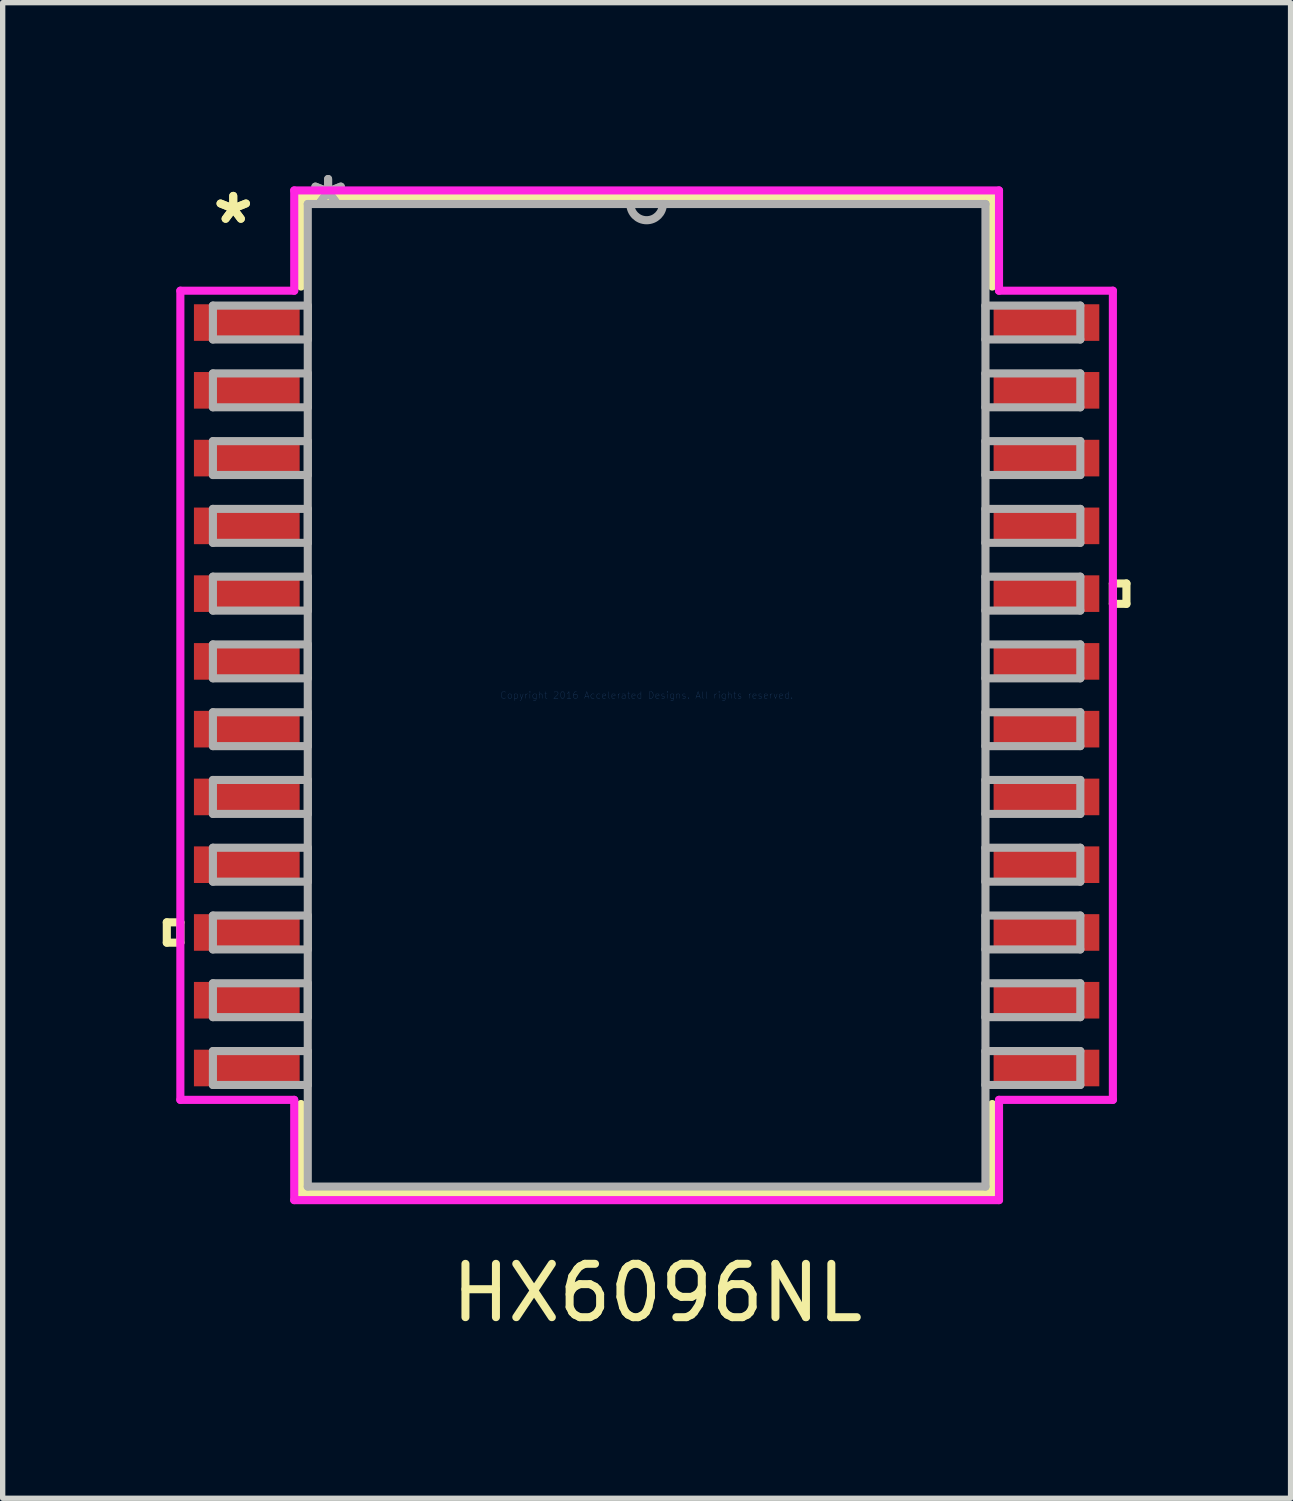
<source format=kicad_pcb>
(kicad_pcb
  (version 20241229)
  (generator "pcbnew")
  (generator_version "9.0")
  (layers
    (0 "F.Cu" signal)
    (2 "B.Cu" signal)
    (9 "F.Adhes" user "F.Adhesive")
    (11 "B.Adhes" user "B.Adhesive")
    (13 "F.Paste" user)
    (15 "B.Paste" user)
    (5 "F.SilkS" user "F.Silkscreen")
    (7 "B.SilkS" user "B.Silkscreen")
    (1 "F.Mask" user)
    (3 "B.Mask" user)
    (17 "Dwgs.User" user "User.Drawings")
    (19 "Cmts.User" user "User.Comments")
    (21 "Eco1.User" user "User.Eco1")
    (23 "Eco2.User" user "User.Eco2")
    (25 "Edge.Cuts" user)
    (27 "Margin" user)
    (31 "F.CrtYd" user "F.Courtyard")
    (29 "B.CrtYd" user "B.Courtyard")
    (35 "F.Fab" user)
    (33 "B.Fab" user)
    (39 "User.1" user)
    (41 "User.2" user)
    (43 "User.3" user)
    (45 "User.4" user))
  (footprint "HX6096NL"
    (layer "F.Cu")
    (at 9.068 9.98)
    (property "Reference" "HX6096NL" (at 0.2 11.2 0) (layer "F.SilkS") (effects (font (size 1 1) (thickness 0.15))))
    (attr smd)
    (fp_line (start -8.992 4.255) (end -8.992 4.636) (stroke (width 0.152) (type solid)) (layer "F.SilkS"))
    (fp_line (start -8.992 4.636) (end -8.738 4.636) (stroke (width 0.152) (type solid)) (layer "F.SilkS"))
    (fp_line (start -8.738 4.255) (end -8.992 4.255) (stroke (width 0.152) (type solid)) (layer "F.SilkS"))
    (fp_line (start -8.738 4.636) (end -8.738 4.255) (stroke (width 0.152) (type solid)) (layer "F.SilkS"))
    (fp_line (start -6.477 -9.335) (end -6.477 -7.66) (stroke (width 0.152) (type solid)) (layer "F.SilkS"))
    (fp_line (start -6.477 7.66) (end -6.477 9.335) (stroke (width 0.152) (type solid)) (layer "F.SilkS"))
    (fp_line (start -6.477 9.335) (end 6.477 9.335) (stroke (width 0.152) (type solid)) (layer "F.SilkS"))
    (fp_line (start 6.477 -9.335) (end -6.477 -9.335) (stroke (width 0.152) (type solid)) (layer "F.SilkS"))
    (fp_line (start 6.477 -7.66) (end 6.477 -9.335) (stroke (width 0.152) (type solid)) (layer "F.SilkS"))
    (fp_line (start 6.477 9.335) (end 6.477 7.66) (stroke (width 0.152) (type solid)) (layer "F.SilkS"))
    (fp_line (start 8.738 -2.095) (end 8.992 -2.095) (stroke (width 0.152) (type solid)) (layer "F.SilkS"))
    (fp_line (start 8.738 -1.714) (end 8.738 -2.095) (stroke (width 0.152) (type solid)) (layer "F.SilkS"))
    (fp_line (start 8.992 -2.095) (end 8.992 -1.714) (stroke (width 0.152) (type solid)) (layer "F.SilkS"))
    (fp_line (start 8.992 -1.714) (end 8.738 -1.714) (stroke (width 0.152) (type solid)) (layer "F.SilkS"))
    (fp_line (start -8.738 -7.582) (end -6.604 -7.582) (stroke (width 0.152) (type solid)) (layer "F.CrtYd"))
    (fp_line (start -8.738 7.582) (end -8.738 -7.582) (stroke (width 0.152) (type solid)) (layer "F.CrtYd"))
    (fp_line (start -6.604 -9.461) (end 6.604 -9.461) (stroke (width 0.152) (type solid)) (layer "F.CrtYd"))
    (fp_line (start -6.604 -7.582) (end -6.604 -9.461) (stroke (width 0.152) (type solid)) (layer "F.CrtYd"))
    (fp_line (start -6.604 7.582) (end -8.738 7.582) (stroke (width 0.152) (type solid)) (layer "F.CrtYd"))
    (fp_line (start -6.604 9.461) (end -6.604 7.582) (stroke (width 0.152) (type solid)) (layer "F.CrtYd"))
    (fp_line (start 6.604 -9.461) (end 6.604 -7.582) (stroke (width 0.152) (type solid)) (layer "F.CrtYd"))
    (fp_line (start 6.604 -7.582) (end 8.738 -7.582) (stroke (width 0.152) (type solid)) (layer "F.CrtYd"))
    (fp_line (start 6.604 7.582) (end 6.604 9.461) (stroke (width 0.152) (type solid)) (layer "F.CrtYd"))
    (fp_line (start 6.604 9.461) (end -6.604 9.461) (stroke (width 0.152) (type solid)) (layer "F.CrtYd"))
    (fp_line (start 8.738 -7.582) (end 8.738 7.582) (stroke (width 0.152) (type solid)) (layer "F.CrtYd"))
    (fp_line (start 8.738 7.582) (end 6.604 7.582) (stroke (width 0.152) (type solid)) (layer "F.CrtYd"))
    (fp_line (start -8.128 -7.303) (end -8.128 -6.668) (stroke (width 0.152) (type solid)) (layer "F.Fab"))
    (fp_line (start -8.128 -6.668) (end -6.35 -6.668) (stroke (width 0.152) (type solid)) (layer "F.Fab"))
    (fp_line (start -8.128 -6.032) (end -8.128 -5.397) (stroke (width 0.152) (type solid)) (layer "F.Fab"))
    (fp_line (start -8.128 -5.397) (end -6.35 -5.397) (stroke (width 0.152) (type solid)) (layer "F.Fab"))
    (fp_line (start -8.128 -4.763) (end -8.128 -4.128) (stroke (width 0.152) (type solid)) (layer "F.Fab"))
    (fp_line (start -8.128 -4.128) (end -6.35 -4.128) (stroke (width 0.152) (type solid)) (layer "F.Fab"))
    (fp_line (start -8.128 -3.493) (end -8.128 -2.857) (stroke (width 0.152) (type solid)) (layer "F.Fab"))
    (fp_line (start -8.128 -2.857) (end -6.35 -2.857) (stroke (width 0.152) (type solid)) (layer "F.Fab"))
    (fp_line (start -8.128 -2.223) (end -8.128 -1.587) (stroke (width 0.152) (type solid)) (layer "F.Fab"))
    (fp_line (start -8.128 -1.587) (end -6.35 -1.587) (stroke (width 0.152) (type solid)) (layer "F.Fab"))
    (fp_line (start -8.128 -0.953) (end -8.128 -0.318) (stroke (width 0.152) (type solid)) (layer "F.Fab"))
    (fp_line (start -8.128 -0.318) (end -6.35 -0.318) (stroke (width 0.152) (type solid)) (layer "F.Fab"))
    (fp_line (start -8.128 0.318) (end -8.128 0.953) (stroke (width 0.152) (type solid)) (layer "F.Fab"))
    (fp_line (start -8.128 0.953) (end -6.35 0.953) (stroke (width 0.152) (type solid)) (layer "F.Fab"))
    (fp_line (start -8.128 1.587) (end -8.128 2.223) (stroke (width 0.152) (type solid)) (layer "F.Fab"))
    (fp_line (start -8.128 2.223) (end -6.35 2.223) (stroke (width 0.152) (type solid)) (layer "F.Fab"))
    (fp_line (start -8.128 2.857) (end -8.128 3.493) (stroke (width 0.152) (type solid)) (layer "F.Fab"))
    (fp_line (start -8.128 3.493) (end -6.35 3.493) (stroke (width 0.152) (type solid)) (layer "F.Fab"))
    (fp_line (start -8.128 4.128) (end -8.128 4.763) (stroke (width 0.152) (type solid)) (layer "F.Fab"))
    (fp_line (start -8.128 4.763) (end -6.35 4.763) (stroke (width 0.152) (type solid)) (layer "F.Fab"))
    (fp_line (start -8.128 5.397) (end -8.128 6.032) (stroke (width 0.152) (type solid)) (layer "F.Fab"))
    (fp_line (start -8.128 6.032) (end -6.35 6.032) (stroke (width 0.152) (type solid)) (layer "F.Fab"))
    (fp_line (start -8.128 6.668) (end -8.128 7.303) (stroke (width 0.152) (type solid)) (layer "F.Fab"))
    (fp_line (start -8.128 7.303) (end -6.35 7.303) (stroke (width 0.152) (type solid)) (layer "F.Fab"))
    (fp_line (start -6.35 -9.207) (end -6.35 9.207) (stroke (width 0.152) (type solid)) (layer "F.Fab"))
    (fp_line (start -6.35 -7.303) (end -8.128 -7.303) (stroke (width 0.152) (type solid)) (layer "F.Fab"))
    (fp_line (start -6.35 -6.668) (end -6.35 -7.303) (stroke (width 0.152) (type solid)) (layer "F.Fab"))
    (fp_line (start -6.35 -6.032) (end -8.128 -6.032) (stroke (width 0.152) (type solid)) (layer "F.Fab"))
    (fp_line (start -6.35 -5.397) (end -6.35 -6.032) (stroke (width 0.152) (type solid)) (layer "F.Fab"))
    (fp_line (start -6.35 -4.763) (end -8.128 -4.763) (stroke (width 0.152) (type solid)) (layer "F.Fab"))
    (fp_line (start -6.35 -4.128) (end -6.35 -4.763) (stroke (width 0.152) (type solid)) (layer "F.Fab"))
    (fp_line (start -6.35 -3.493) (end -8.128 -3.493) (stroke (width 0.152) (type solid)) (layer "F.Fab"))
    (fp_line (start -6.35 -2.857) (end -6.35 -3.493) (stroke (width 0.152) (type solid)) (layer "F.Fab"))
    (fp_line (start -6.35 -2.223) (end -8.128 -2.223) (stroke (width 0.152) (type solid)) (layer "F.Fab"))
    (fp_line (start -6.35 -1.587) (end -6.35 -2.223) (stroke (width 0.152) (type solid)) (layer "F.Fab"))
    (fp_line (start -6.35 -0.953) (end -8.128 -0.953) (stroke (width 0.152) (type solid)) (layer "F.Fab"))
    (fp_line (start -6.35 -0.318) (end -6.35 -0.953) (stroke (width 0.152) (type solid)) (layer "F.Fab"))
    (fp_line (start -6.35 0.318) (end -8.128 0.318) (stroke (width 0.152) (type solid)) (layer "F.Fab"))
    (fp_line (start -6.35 0.953) (end -6.35 0.318) (stroke (width 0.152) (type solid)) (layer "F.Fab"))
    (fp_line (start -6.35 1.587) (end -8.128 1.587) (stroke (width 0.152) (type solid)) (layer "F.Fab"))
    (fp_line (start -6.35 2.223) (end -6.35 1.587) (stroke (width 0.152) (type solid)) (layer "F.Fab"))
    (fp_line (start -6.35 2.857) (end -8.128 2.857) (stroke (width 0.152) (type solid)) (layer "F.Fab"))
    (fp_line (start -6.35 3.493) (end -6.35 2.857) (stroke (width 0.152) (type solid)) (layer "F.Fab"))
    (fp_line (start -6.35 4.128) (end -8.128 4.128) (stroke (width 0.152) (type solid)) (layer "F.Fab"))
    (fp_line (start -6.35 4.763) (end -6.35 4.128) (stroke (width 0.152) (type solid)) (layer "F.Fab"))
    (fp_line (start -6.35 5.397) (end -8.128 5.397) (stroke (width 0.152) (type solid)) (layer "F.Fab"))
    (fp_line (start -6.35 6.032) (end -6.35 5.397) (stroke (width 0.152) (type solid)) (layer "F.Fab"))
    (fp_line (start -6.35 6.668) (end -8.128 6.668) (stroke (width 0.152) (type solid)) (layer "F.Fab"))
    (fp_line (start -6.35 7.303) (end -6.35 6.668) (stroke (width 0.152) (type solid)) (layer "F.Fab"))
    (fp_line (start -6.35 9.207) (end 6.35 9.207) (stroke (width 0.152) (type solid)) (layer "F.Fab"))
    (fp_line (start 6.35 -9.207) (end -6.35 -9.207) (stroke (width 0.152) (type solid)) (layer "F.Fab"))
    (fp_line (start 6.35 -7.303) (end 6.35 -6.668) (stroke (width 0.152) (type solid)) (layer "F.Fab"))
    (fp_line (start 6.35 -6.668) (end 8.128 -6.668) (stroke (width 0.152) (type solid)) (layer "F.Fab"))
    (fp_line (start 6.35 -6.032) (end 6.35 -5.397) (stroke (width 0.152) (type solid)) (layer "F.Fab"))
    (fp_line (start 6.35 -5.397) (end 8.128 -5.397) (stroke (width 0.152) (type solid)) (layer "F.Fab"))
    (fp_line (start 6.35 -4.763) (end 6.35 -4.128) (stroke (width 0.152) (type solid)) (layer "F.Fab"))
    (fp_line (start 6.35 -4.128) (end 8.128 -4.128) (stroke (width 0.152) (type solid)) (layer "F.Fab"))
    (fp_line (start 6.35 -3.493) (end 6.35 -2.857) (stroke (width 0.152) (type solid)) (layer "F.Fab"))
    (fp_line (start 6.35 -2.857) (end 8.128 -2.857) (stroke (width 0.152) (type solid)) (layer "F.Fab"))
    (fp_line (start 6.35 -2.223) (end 6.35 -1.587) (stroke (width 0.152) (type solid)) (layer "F.Fab"))
    (fp_line (start 6.35 -1.587) (end 8.128 -1.587) (stroke (width 0.152) (type solid)) (layer "F.Fab"))
    (fp_line (start 6.35 -0.953) (end 6.35 -0.318) (stroke (width 0.152) (type solid)) (layer "F.Fab"))
    (fp_line (start 6.35 -0.318) (end 8.128 -0.318) (stroke (width 0.152) (type solid)) (layer "F.Fab"))
    (fp_line (start 6.35 0.318) (end 6.35 0.953) (stroke (width 0.152) (type solid)) (layer "F.Fab"))
    (fp_line (start 6.35 0.953) (end 8.128 0.953) (stroke (width 0.152) (type solid)) (layer "F.Fab"))
    (fp_line (start 6.35 1.587) (end 6.35 2.223) (stroke (width 0.152) (type solid)) (layer "F.Fab"))
    (fp_line (start 6.35 2.223) (end 8.128 2.223) (stroke (width 0.152) (type solid)) (layer "F.Fab"))
    (fp_line (start 6.35 2.857) (end 6.35 3.493) (stroke (width 0.152) (type solid)) (layer "F.Fab"))
    (fp_line (start 6.35 3.493) (end 8.128 3.493) (stroke (width 0.152) (type solid)) (layer "F.Fab"))
    (fp_line (start 6.35 4.128) (end 6.35 4.763) (stroke (width 0.152) (type solid)) (layer "F.Fab"))
    (fp_line (start 6.35 4.763) (end 8.128 4.763) (stroke (width 0.152) (type solid)) (layer "F.Fab"))
    (fp_line (start 6.35 5.397) (end 6.35 6.032) (stroke (width 0.152) (type solid)) (layer "F.Fab"))
    (fp_line (start 6.35 6.032) (end 8.128 6.032) (stroke (width 0.152) (type solid)) (layer "F.Fab"))
    (fp_line (start 6.35 6.668) (end 6.35 7.303) (stroke (width 0.152) (type solid)) (layer "F.Fab"))
    (fp_line (start 6.35 7.303) (end 8.128 7.303) (stroke (width 0.152) (type solid)) (layer "F.Fab"))
    (fp_line (start 6.35 9.207) (end 6.35 -9.207) (stroke (width 0.152) (type solid)) (layer "F.Fab"))
    (fp_line (start 8.128 -7.303) (end 6.35 -7.303) (stroke (width 0.152) (type solid)) (layer "F.Fab"))
    (fp_line (start 8.128 -6.668) (end 8.128 -7.303) (stroke (width 0.152) (type solid)) (layer "F.Fab"))
    (fp_line (start 8.128 -6.032) (end 6.35 -6.032) (stroke (width 0.152) (type solid)) (layer "F.Fab"))
    (fp_line (start 8.128 -5.397) (end 8.128 -6.032) (stroke (width 0.152) (type solid)) (layer "F.Fab"))
    (fp_line (start 8.128 -4.763) (end 6.35 -4.763) (stroke (width 0.152) (type solid)) (layer "F.Fab"))
    (fp_line (start 8.128 -4.128) (end 8.128 -4.763) (stroke (width 0.152) (type solid)) (layer "F.Fab"))
    (fp_line (start 8.128 -3.493) (end 6.35 -3.493) (stroke (width 0.152) (type solid)) (layer "F.Fab"))
    (fp_line (start 8.128 -2.857) (end 8.128 -3.493) (stroke (width 0.152) (type solid)) (layer "F.Fab"))
    (fp_line (start 8.128 -2.223) (end 6.35 -2.223) (stroke (width 0.152) (type solid)) (layer "F.Fab"))
    (fp_line (start 8.128 -1.587) (end 8.128 -2.223) (stroke (width 0.152) (type solid)) (layer "F.Fab"))
    (fp_line (start 8.128 -0.953) (end 6.35 -0.953) (stroke (width 0.152) (type solid)) (layer "F.Fab"))
    (fp_line (start 8.128 -0.318) (end 8.128 -0.953) (stroke (width 0.152) (type solid)) (layer "F.Fab"))
    (fp_line (start 8.128 0.318) (end 6.35 0.318) (stroke (width 0.152) (type solid)) (layer "F.Fab"))
    (fp_line (start 8.128 0.953) (end 8.128 0.318) (stroke (width 0.152) (type solid)) (layer "F.Fab"))
    (fp_line (start 8.128 1.587) (end 6.35 1.587) (stroke (width 0.152) (type solid)) (layer "F.Fab"))
    (fp_line (start 8.128 2.223) (end 8.128 1.587) (stroke (width 0.152) (type solid)) (layer "F.Fab"))
    (fp_line (start 8.128 2.857) (end 6.35 2.857) (stroke (width 0.152) (type solid)) (layer "F.Fab"))
    (fp_line (start 8.128 3.493) (end 8.128 2.857) (stroke (width 0.152) (type solid)) (layer "F.Fab"))
    (fp_line (start 8.128 4.128) (end 6.35 4.128) (stroke (width 0.152) (type solid)) (layer "F.Fab"))
    (fp_line (start 8.128 4.763) (end 8.128 4.128) (stroke (width 0.152) (type solid)) (layer "F.Fab"))
    (fp_line (start 8.128 5.397) (end 6.35 5.397) (stroke (width 0.152) (type solid)) (layer "F.Fab"))
    (fp_line (start 8.128 6.032) (end 8.128 5.397) (stroke (width 0.152) (type solid)) (layer "F.Fab"))
    (fp_line (start 8.128 6.668) (end 6.35 6.668) (stroke (width 0.152) (type solid)) (layer "F.Fab"))
    (fp_line (start 8.128 7.303) (end 8.128 6.668) (stroke (width 0.152) (type solid)) (layer "F.Fab"))
    (fp_arc (start 0.3048 -9.2075) (mid 0 -8.9027) (end -0.3048 -9.2075) (stroke (width 0.1524) (type solid)) (layer "F.Fab"))
    (fp_text user "*" (at -7.747 -8.814 0) (layer "F.SilkS") (effects (font (size 1 1) (thickness 0.15))))
    (fp_text user "*" (at -7.747 -8.814 0) (layer "F.SilkS") (effects (font (size 1 1) (thickness 0.15))))
    (fp_text user "Copyright 2016 Accelerated Designs. All rights reserved." (at 0 0 0) (layer "Cmts.User") (effects (font (size 0.127 0.127) (thickness 0.002))))
    (fp_text user "*" (at -5.969 -9.131 0) (layer "F.Fab") (effects (font (size 1 1) (thickness 0.15))))
    (fp_text user "*" (at -5.969 -9.131 0) (layer "F.Fab") (effects (font (size 1 1) (thickness 0.15))))
    (pad "1" smd rect (at -7.493 -6.985) (size 1.981 0.686) (layers "F.Cu" "F.Mask" "F.Paste"))
    (pad "2" smd rect (at -7.493 -5.715) (size 1.981 0.686) (layers "F.Cu" "F.Mask" "F.Paste"))
    (pad "3" smd rect (at -7.493 -4.445) (size 1.981 0.686) (layers "F.Cu" "F.Mask" "F.Paste"))
    (pad "4" smd rect (at -7.493 -3.175) (size 1.981 0.686) (layers "F.Cu" "F.Mask" "F.Paste"))
    (pad "5" smd rect (at -7.493 -1.905) (size 1.981 0.686) (layers "F.Cu" "F.Mask" "F.Paste"))
    (pad "6" smd rect (at -7.493 -0.635) (size 1.981 0.686) (layers "F.Cu" "F.Mask" "F.Paste"))
    (pad "7" smd rect (at -7.493 0.635) (size 1.981 0.686) (layers "F.Cu" "F.Mask" "F.Paste"))
    (pad "8" smd rect (at -7.493 1.905) (size 1.981 0.686) (layers "F.Cu" "F.Mask" "F.Paste"))
    (pad "9" smd rect (at -7.493 3.175) (size 1.981 0.686) (layers "F.Cu" "F.Mask" "F.Paste"))
    (pad "10" smd rect (at -7.493 4.445) (size 1.981 0.686) (layers "F.Cu" "F.Mask" "F.Paste"))
    (pad "11" smd rect (at -7.493 5.715) (size 1.981 0.686) (layers "F.Cu" "F.Mask" "F.Paste"))
    (pad "12" smd rect (at -7.493 6.985) (size 1.981 0.686) (layers "F.Cu" "F.Mask" "F.Paste"))
    (pad "13" smd rect (at 7.493 6.985) (size 1.981 0.686) (layers "F.Cu" "F.Mask" "F.Paste"))
    (pad "14" smd rect (at 7.493 5.715) (size 1.981 0.686) (layers "F.Cu" "F.Mask" "F.Paste"))
    (pad "15" smd rect (at 7.493 4.445) (size 1.981 0.686) (layers "F.Cu" "F.Mask" "F.Paste"))
    (pad "16" smd rect (at 7.493 3.175) (size 1.981 0.686) (layers "F.Cu" "F.Mask" "F.Paste"))
    (pad "17" smd rect (at 7.493 1.905) (size 1.981 0.686) (layers "F.Cu" "F.Mask" "F.Paste"))
    (pad "18" smd rect (at 7.493 0.635) (size 1.981 0.686) (layers "F.Cu" "F.Mask" "F.Paste"))
    (pad "19" smd rect (at 7.493 -0.635) (size 1.981 0.686) (layers "F.Cu" "F.Mask" "F.Paste"))
    (pad "20" smd rect (at 7.493 -1.905) (size 1.981 0.686) (layers "F.Cu" "F.Mask" "F.Paste"))
    (pad "21" smd rect (at 7.493 -3.175) (size 1.981 0.686) (layers "F.Cu" "F.Mask" "F.Paste"))
    (pad "22" smd rect (at 7.493 -4.445) (size 1.981 0.686) (layers "F.Cu" "F.Mask" "F.Paste"))
    (pad "23" smd rect (at 7.493 -5.715) (size 1.981 0.686) (layers "F.Cu" "F.Mask" "F.Paste"))
    (pad "24" smd rect (at 7.493 -6.985) (size 1.981 0.686) (layers "F.Cu" "F.Mask" "F.Paste")))
  (gr_rect
    (start -3 -3)
    (end 21.136 25.028)
    (stroke (width 0.1) (type default))
    (fill no)
    (layer "Edge.Cuts")))
</source>
